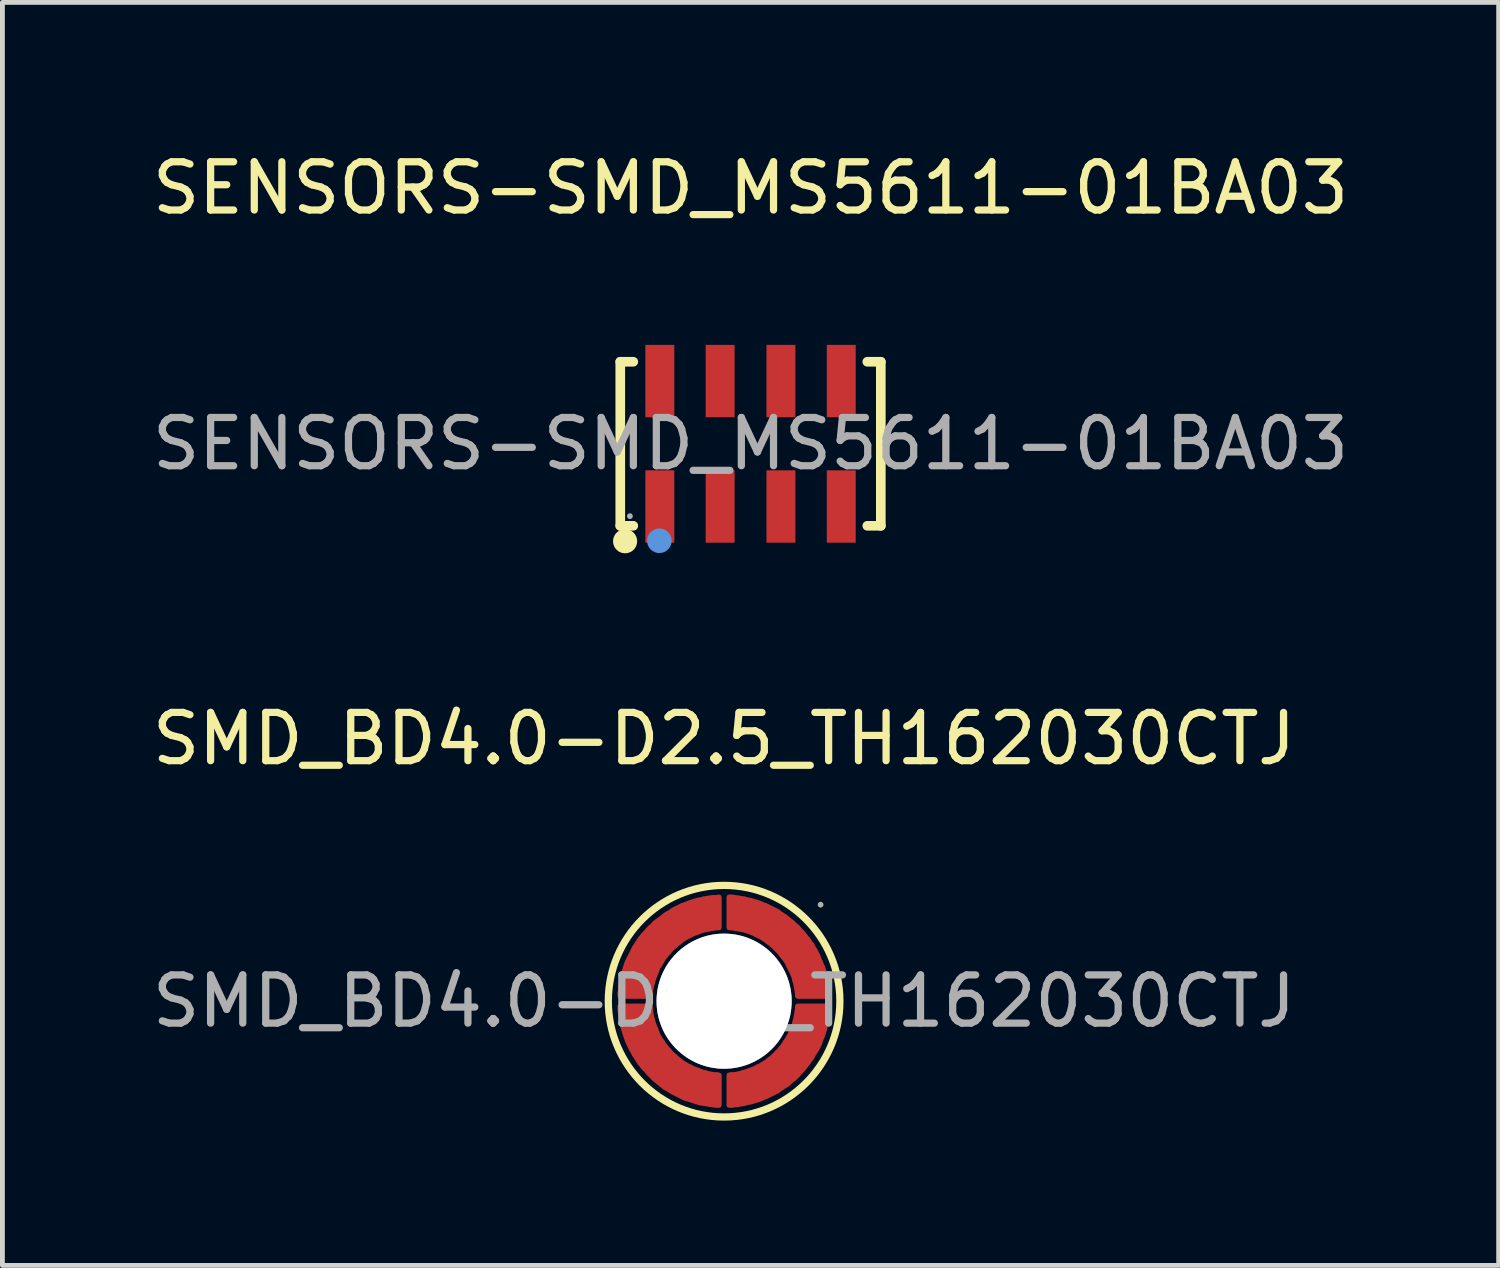
<source format=kicad_pcb>
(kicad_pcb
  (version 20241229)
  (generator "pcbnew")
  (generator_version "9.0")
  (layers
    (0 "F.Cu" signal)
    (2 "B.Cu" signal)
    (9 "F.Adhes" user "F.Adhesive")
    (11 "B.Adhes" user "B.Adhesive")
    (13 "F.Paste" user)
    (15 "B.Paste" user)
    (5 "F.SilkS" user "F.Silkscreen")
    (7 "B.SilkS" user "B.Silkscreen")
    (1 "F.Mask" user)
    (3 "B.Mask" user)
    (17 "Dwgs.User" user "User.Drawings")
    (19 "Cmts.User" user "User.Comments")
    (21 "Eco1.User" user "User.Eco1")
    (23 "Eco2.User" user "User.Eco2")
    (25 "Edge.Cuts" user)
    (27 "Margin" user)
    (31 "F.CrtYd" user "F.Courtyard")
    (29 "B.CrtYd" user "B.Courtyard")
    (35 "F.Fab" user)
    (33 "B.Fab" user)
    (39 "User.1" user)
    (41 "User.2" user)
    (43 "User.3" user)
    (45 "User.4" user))
  (footprint "SMD_BD4.0-D2.5_TH162030CTJ"
    (layer "F.Cu")
    (at 11.958 17.701)
    (property "Reference" "SMD_BD4.0-D2.5_TH162030CTJ" (at 0 -5.44 0) (layer "F.SilkS") (effects (font (size 1 1) (thickness 0.15))))
    (attr smd)
    (fp_circle (center 0 0) (end 2.4 0) (stroke (width 0.15) (type solid)) (fill no) (layer "F.SilkS"))
    (fp_circle (center 0 0) (end 0.63 0) (stroke (width 1.25) (type solid)) (fill no) (layer "Cmts.User"))
    (fp_circle (center 2 -2) (end 2.03 -2) (stroke (width 0.06) (type solid)) (fill no) (layer "F.Fab"))
    (fp_text user "${REFERENCE}" (at 0 0 0) (layer "F.Fab") (effects (font (size 1 1) (thickness 0.15))))
    (pad "" thru_hole circle (at 0 0) (size 2.8 2.8) (drill 2.8) (layers "*.Cu" "*.Mask"))
    (pad "1" smd custom (at -1.44 -1.13) (size 0.01 0.01) (layers "F.Cu" "F.Mask" "F.Paste") (options (anchor circle)) (primitives (gr_poly (pts (xy 1.34 -0.39) (xy 1.28 -0.39) (xy 1.22 -0.38) (xy 1.17 -0.37) (xy 1.11 -0.36) (xy 1.06 -0.35) (xy 1 -0.34) (xy 0.95 -0.32) (xy 0.9 -0.3) (xy 0.84 -0.28) (xy 0.79 -0.26) (xy 0.74 -0.23) (xy 0.69 -0.21) (xy 0.64 -0.18) (xy 0.59 -0.15) (xy 0.55 -0.12) (xy 0.5 -0.08) (xy 0.46 -0.05) (xy 0.42 -0.01) (xy 0.37 0.03) (xy 0.33 0.07) (xy 0.3 0.11) (xy 0.26 0.15) (xy 0.22 0.2) (xy 0.19 0.24) (xy 0.16 0.29) (xy 0.13 0.34) (xy 0.1 0.39) (xy 0.07 0.43) (xy 0.05 0.49) (xy 0.03 0.54) (xy 0.01 0.59) (xy -0.01 0.64) (xy -0.03 0.7) (xy -0.04 0.75) (xy -0.06 0.81) (xy -0.07 0.86) (xy -0.08 0.92) (xy -0.08 0.97) (xy -0.09 1.03) (xy -0.72 1.03) (xy -0.72 0.96) (xy -0.71 0.9) (xy -0.71 0.83) (xy -0.69 0.76) (xy -0.68 0.7) (xy -0.67 0.63) (xy -0.65 0.57) (xy -0.63 0.51) (xy -0.61 0.44) (xy -0.59 0.38) (xy -0.57 0.32) (xy -0.54 0.26) (xy -0.51 0.2) (xy -0.48 0.14) (xy -0.45 0.08) (xy -0.42 0.02) (xy -0.38 -0.04) (xy -0.35 -0.09) (xy -0.31 -0.15) (xy -0.27 -0.2) (xy -0.23 -0.25) (xy -0.18 -0.3) (xy -0.14 -0.35) (xy -0.09 -0.4) (xy -0.04 -0.44) (xy 0 -0.49) (xy 0.05 -0.53) (xy 0.11 -0.57) (xy 0.16 -0.61) (xy 0.21 -0.65) (xy 0.27 -0.69) (xy 0.33 -0.72) (xy 0.38 -0.76) (xy 0.44 -0.79) (xy 0.5 -0.82) (xy 0.56 -0.85) (xy 0.62 -0.87) (xy 0.69 -0.9) (xy 0.75 -0.92) (xy 0.81 -0.94) (xy 0.88 -0.96) (xy 0.94 -0.97) (xy 1.01 -0.99) (xy 1.07 -1) (xy 1.14 -1.01) (xy 1.2 -1.02) (xy 1.27 -1.02) (xy 1.34 -1.03) (xy 1.34 -0.39)) (width 0.1) (fill yes))))
    (pad "1" smd custom (at -1.13 1.44) (size 0.01 0.01) (layers "F.Cu" "F.Mask" "F.Paste") (options (anchor circle)) (primitives (gr_poly (pts (xy -0.4 -1.34) (xy -0.39 -1.28) (xy -0.39 -1.23) (xy -0.38 -1.17) (xy -0.37 -1.11) (xy -0.35 -1.06) (xy -0.34 -1) (xy -0.32 -0.95) (xy -0.3 -0.9) (xy -0.28 -0.85) (xy -0.26 -0.79) (xy -0.24 -0.74) (xy -0.21 -0.69) (xy -0.18 -0.64) (xy -0.15 -0.6) (xy -0.12 -0.55) (xy -0.09 -0.51) (xy -0.05 -0.46) (xy -0.01 -0.42) (xy 0.02 -0.38) (xy 0.06 -0.34) (xy 0.11 -0.3) (xy 0.15 -0.26) (xy 0.19 -0.23) (xy 0.24 -0.19) (xy 0.28 -0.16) (xy 0.33 -0.13) (xy 0.38 -0.1) (xy 0.43 -0.08) (xy 0.48 -0.05) (xy 0.53 -0.03) (xy 0.59 -0.01) (xy 0.64 0.01) (xy 0.69 0.03) (xy 0.75 0.04) (xy 0.8 0.06) (xy 0.86 0.07) (xy 0.91 0.08) (xy 0.97 0.08) (xy 1.03 0.09) (xy 1.03 0.72) (xy 0.96 0.72) (xy 0.89 0.71) (xy 0.83 0.7) (xy 0.76 0.69) (xy 0.7 0.68) (xy 0.63 0.67) (xy 0.57 0.65) (xy 0.5 0.63) (xy 0.44 0.61) (xy 0.38 0.59) (xy 0.31 0.57) (xy 0.25 0.54) (xy 0.19 0.51) (xy 0.13 0.48) (xy 0.07 0.45) (xy 0.02 0.42) (xy -0.04 0.38) (xy -0.1 0.35) (xy -0.15 0.31) (xy -0.2 0.27) (xy -0.25 0.23) (xy -0.31 0.18) (xy -0.35 0.14) (xy -0.4 0.09) (xy -0.45 0.04) (xy -0.49 -0.01) (xy -0.54 -0.06) (xy -0.58 -0.11) (xy -0.62 -0.16) (xy -0.66 -0.22) (xy -0.69 -0.27) (xy -0.73 -0.33) (xy -0.76 -0.39) (xy -0.79 -0.44) (xy -0.82 -0.5) (xy -0.85 -0.56) (xy -0.88 -0.63) (xy -0.9 -0.69) (xy -0.92 -0.75) (xy -0.94 -0.81) (xy -0.96 -0.88) (xy -0.98 -0.94) (xy -0.99 -1.01) (xy -1 -1.07) (xy -1.01 -1.14) (xy -1.02 -1.2) (xy -1.03 -1.27) (xy -1.03 -1.34) (xy -0.4 -1.34)) (width 0.1) (fill yes))))
    (pad "1" smd custom (at 1.13 -1.44) (size 0.01 0.01) (layers "F.Cu" "F.Mask" "F.Paste") (options (anchor circle)) (primitives (gr_poly (pts (xy 0.39 1.34) (xy 0.39 1.28) (xy 0.38 1.23) (xy 0.37 1.17) (xy 0.36 1.12) (xy 0.35 1.06) (xy 0.33 1.01) (xy 0.32 0.95) (xy 0.3 0.9) (xy 0.28 0.85) (xy 0.25 0.8) (xy 0.23 0.75) (xy 0.2 0.7) (xy 0.18 0.65) (xy 0.15 0.6) (xy 0.11 0.55) (xy 0.08 0.51) (xy 0.04 0.46) (xy 0.01 0.42) (xy -0.03 0.38) (xy -0.07 0.34) (xy -0.11 0.3) (xy -0.15 0.26) (xy -0.2 0.23) (xy -0.24 0.2) (xy -0.29 0.16) (xy -0.34 0.13) (xy -0.39 0.1) (xy -0.44 0.08) (xy -0.49 0.05) (xy -0.54 0.03) (xy -0.59 0.01) (xy -0.64 -0.01) (xy -0.7 -0.03) (xy -0.75 -0.04) (xy -0.81 -0.05) (xy -0.86 -0.06) (xy -0.92 -0.07) (xy -0.98 -0.08) (xy -1.03 -0.08) (xy -1.03 -0.72) (xy -0.96 -0.72) (xy -0.9 -0.71) (xy -0.83 -0.7) (xy -0.77 -0.69) (xy -0.7 -0.68) (xy -0.64 -0.66) (xy -0.57 -0.65) (xy -0.51 -0.63) (xy -0.44 -0.61) (xy -0.38 -0.59) (xy -0.32 -0.56) (xy -0.26 -0.54) (xy -0.2 -0.51) (xy -0.14 -0.48) (xy -0.08 -0.45) (xy -0.02 -0.42) (xy 0.03 -0.38) (xy 0.09 -0.34) (xy 0.14 -0.31) (xy 0.2 -0.26) (xy 0.25 -0.22) (xy 0.3 -0.18) (xy 0.35 -0.13) (xy 0.4 -0.09) (xy 0.44 -0.04) (xy 0.49 0.01) (xy 0.53 0.06) (xy 0.57 0.11) (xy 0.61 0.16) (xy 0.65 0.22) (xy 0.69 0.27) (xy 0.72 0.33) (xy 0.76 0.39) (xy 0.79 0.45) (xy 0.82 0.51) (xy 0.84 0.57) (xy 0.87 0.63) (xy 0.89 0.69) (xy 0.92 0.75) (xy 0.94 0.82) (xy 0.95 0.88) (xy 0.97 0.94) (xy 0.99 1.01) (xy 1 1.08) (xy 1.01 1.14) (xy 1.02 1.21) (xy 1.02 1.27) (xy 1.03 1.34) (xy 0.39 1.34)) (width 0.1) (fill yes))))
    (pad "1" smd custom (at 1.44 1.13) (size 0.01 0.01) (layers "F.Cu" "F.Mask" "F.Paste") (options (anchor circle)) (primitives (gr_poly (pts (xy -1.34 0.4) (xy -1.29 0.39) (xy -1.23 0.39) (xy -1.17 0.38) (xy -1.12 0.37) (xy -1.06 0.35) (xy -1.01 0.34) (xy -0.96 0.32) (xy -0.9 0.3) (xy -0.85 0.28) (xy -0.8 0.26) (xy -0.75 0.23) (xy -0.7 0.21) (xy -0.65 0.18) (xy -0.6 0.15) (xy -0.55 0.12) (xy -0.51 0.08) (xy -0.46 0.05) (xy -0.42 0.01) (xy -0.38 -0.03) (xy -0.34 -0.07) (xy -0.3 -0.11) (xy -0.27 -0.15) (xy -0.23 -0.19) (xy -0.2 -0.24) (xy -0.17 -0.29) (xy -0.14 -0.33) (xy -0.11 -0.38) (xy -0.08 -0.43) (xy -0.06 -0.48) (xy -0.03 -0.54) (xy -0.01 -0.59) (xy 0.01 -0.64) (xy 0.02 -0.69) (xy 0.04 -0.75) (xy 0.05 -0.8) (xy 0.06 -0.86) (xy 0.07 -0.92) (xy 0.08 -0.97) (xy 0.08 -1.03) (xy 0.72 -1.03) (xy 0.71 -0.96) (xy 0.71 -0.89) (xy 0.7 -0.83) (xy 0.69 -0.76) (xy 0.68 -0.7) (xy 0.66 -0.63) (xy 0.65 -0.57) (xy 0.63 -0.5) (xy 0.61 -0.44) (xy 0.59 -0.38) (xy 0.56 -0.32) (xy 0.54 -0.25) (xy 0.51 -0.19) (xy 0.48 -0.13) (xy 0.45 -0.08) (xy 0.41 -0.02) (xy 0.38 0.04) (xy 0.34 0.09) (xy 0.3 0.15) (xy 0.26 0.2) (xy 0.22 0.25) (xy 0.18 0.3) (xy 0.13 0.35) (xy 0.09 0.4) (xy 0.04 0.45) (xy -0.01 0.49) (xy -0.06 0.53) (xy -0.11 0.58) (xy -0.17 0.62) (xy -0.22 0.65) (xy -0.28 0.69) (xy -0.33 0.73) (xy -0.39 0.76) (xy -0.45 0.79) (xy -0.51 0.82) (xy -0.57 0.85) (xy -0.63 0.87) (xy -0.69 0.9) (xy -0.75 0.92) (xy -0.82 0.94) (xy -0.88 0.96) (xy -0.95 0.97) (xy -1.01 0.99) (xy -1.08 1) (xy -1.14 1.01) (xy -1.21 1.02) (xy -1.28 1.03) (xy -1.34 1.03) (xy -1.34 0.4)) (width 0.1) (fill yes)))))
  (footprint "SENSORS-SMD_MS5611-01BA03"
    (layer "F.Cu")
    (at 12.506 6.148)
    (property "Reference" "SENSORS-SMD_MS5611-01BA03" (at 0 -5.3 0) (layer "F.SilkS") (effects (font (size 1 1) (thickness 0.15))))
    (attr smd)
    (fp_line (start -2.7 -1.7) (end -2.43 -1.7) (stroke (width 0.2) (type solid)) (layer "F.SilkS"))
    (fp_line (start -2.7 1.7) (end -2.7 -1.7) (stroke (width 0.2) (type solid)) (layer "F.SilkS"))
    (fp_line (start -2.43 1.7) (end -2.7 1.7) (stroke (width 0.2) (type solid)) (layer "F.SilkS"))
    (fp_line (start 2.42 1.7) (end 2.7 1.7) (stroke (width 0.2) (type solid)) (layer "F.SilkS"))
    (fp_line (start 2.7 -1.7) (end 2.42 -1.7) (stroke (width 0.2) (type solid)) (layer "F.SilkS"))
    (fp_line (start 2.7 1.7) (end 2.7 -1.7) (stroke (width 0.2) (type solid)) (layer "F.SilkS"))
    (fp_arc (start -2.6 2.02) (mid -2.6 2.02) (end -2.6 2.02) (stroke (width 0.25) (type solid)) (layer "F.SilkS"))
    (fp_circle (center -1.89 2.01) (end -1.76 2.01) (stroke (width 0.25) (type solid)) (fill no) (layer "Cmts.User"))
    (fp_circle (center -2.5 1.5) (end -2.47 1.5) (stroke (width 0.06) (type solid)) (fill no) (layer "F.Fab"))
    (fp_text user "${REFERENCE}" (at 0 0 0) (layer "F.Fab") (effects (font (size 1 1) (thickness 0.15))))
    (pad "1" smd rect (at -1.88 1.3 90) (size 1.5 0.6) (layers "F.Cu" "F.Mask" "F.Paste"))
    (pad "2" smd rect (at -0.63 1.3 90) (size 1.5 0.6) (layers "F.Cu" "F.Mask" "F.Paste"))
    (pad "3" smd rect (at 0.63 1.3 90) (size 1.5 0.6) (layers "F.Cu" "F.Mask" "F.Paste"))
    (pad "4" smd rect (at 1.88 1.3 90) (size 1.5 0.6) (layers "F.Cu" "F.Mask" "F.Paste"))
    (pad "5" smd rect (at 1.88 -1.3 90) (size 1.5 0.6) (layers "F.Cu" "F.Mask" "F.Paste"))
    (pad "6" smd rect (at 0.63 -1.3 90) (size 1.5 0.6) (layers "F.Cu" "F.Mask" "F.Paste"))
    (pad "7" smd rect (at -0.63 -1.3 90) (size 1.5 0.6) (layers "F.Cu" "F.Mask" "F.Paste"))
    (pad "8" smd rect (at -1.88 -1.3 90) (size 1.5 0.6) (layers "F.Cu" "F.Mask" "F.Paste")))
  (gr_rect
    (start -3 -3)
    (end 28.012 23.177)
    (stroke (width 0.1) (type default))
    (fill no)
    (layer "Edge.Cuts")))
</source>
